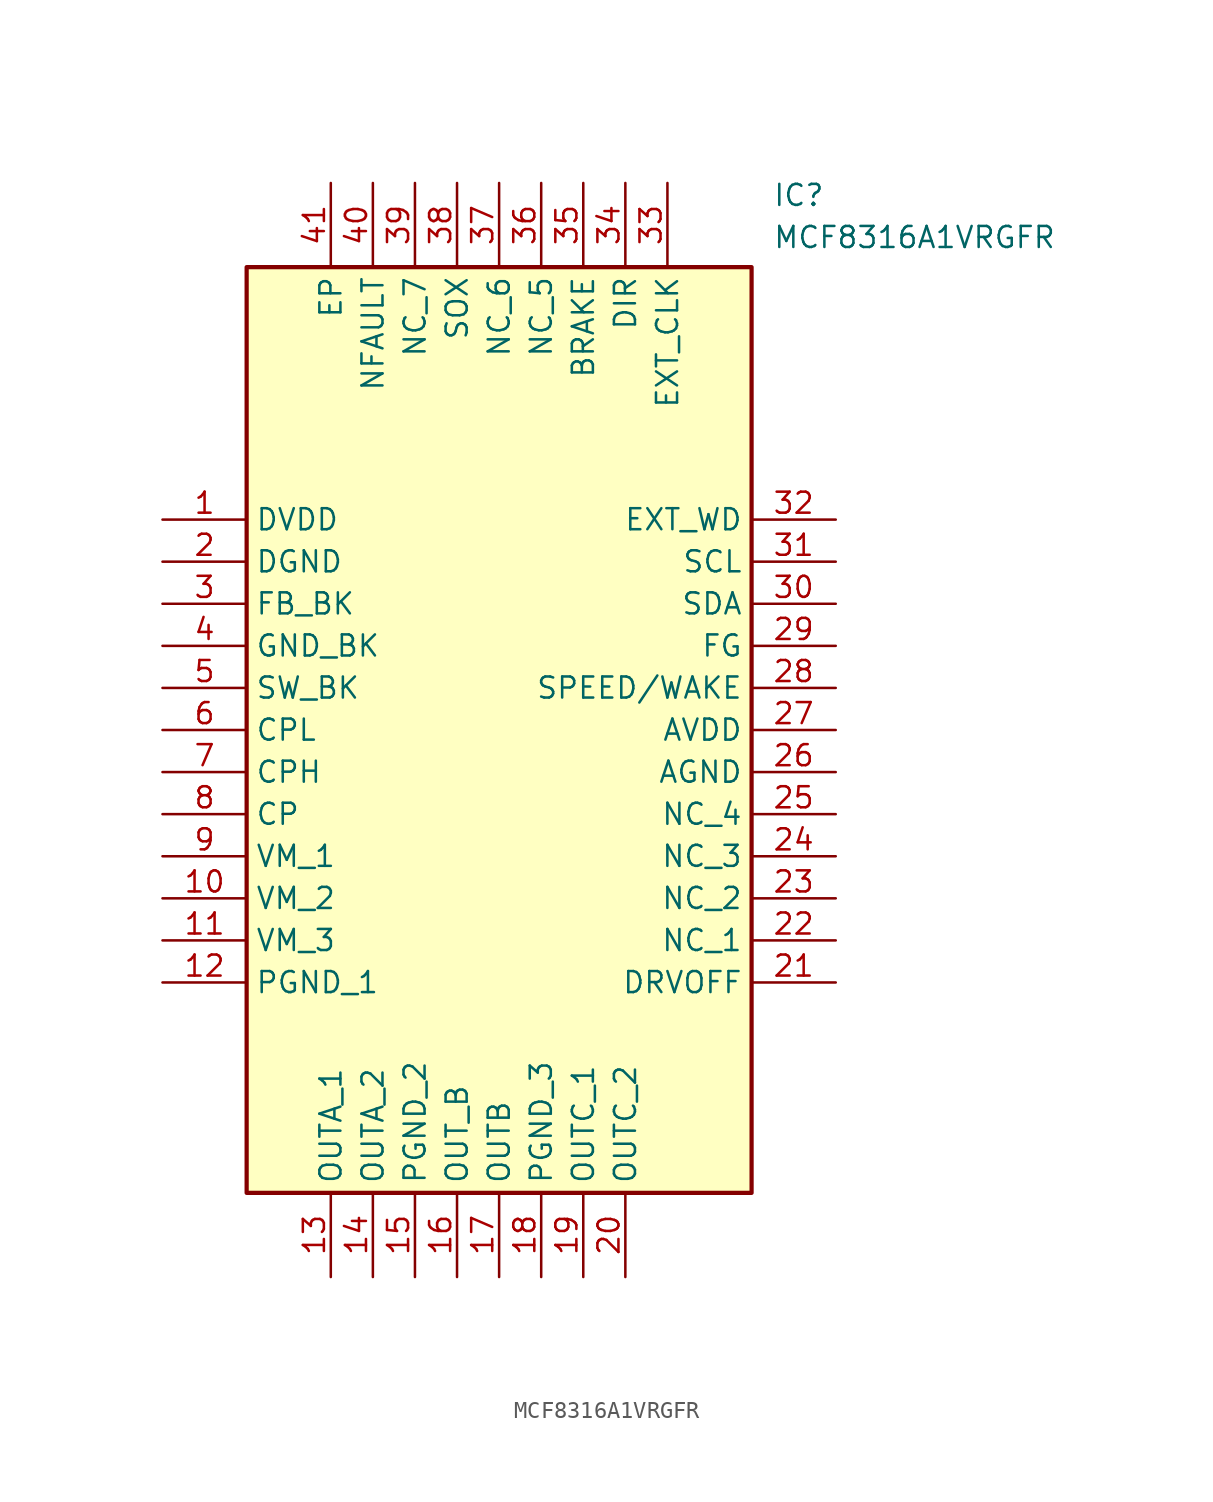
<source format=kicad_sym>
(kicad_symbol_lib
  (version 20211014)
  (generator SamacSys_ECAD_Model)
  (symbol "MCF8316A1VRGFR"
    (property "Reference" "IC"
      (at 36.83 20.32 0)
      (effects (font (size 1.27 1.27)) (justify left top)))
    (property "Value" "MCF8316A1VRGFR"
      (at 36.83 17.78 0)
      (effects (font (size 1.27 1.27)) (justify left top)))
    (rectangle
      (start 5.08 15.24)
      (end 35.56 -40.64)
      (stroke (width 0.254) (type default))
      (fill (type background)))
    (pin passive line
      (at 0 0 0)
      (length 5.08)
      (name "DVDD" (effects (font (size 1.27 1.27))))
      (number "1" (effects (font (size 1.27 1.27)))))
    (pin passive line
      (at 0 -2.54 0)
      (length 5.08)
      (name "DGND" (effects (font (size 1.27 1.27))))
      (number "2" (effects (font (size 1.27 1.27)))))
    (pin passive line
      (at 0 -5.08 0)
      (length 5.08)
      (name "FB_BK" (effects (font (size 1.27 1.27))))
      (number "3" (effects (font (size 1.27 1.27)))))
    (pin passive line
      (at 0 -7.62 0)
      (length 5.08)
      (name "GND_BK" (effects (font (size 1.27 1.27))))
      (number "4" (effects (font (size 1.27 1.27)))))
    (pin passive line
      (at 0 -10.16 0)
      (length 5.08)
      (name "SW_BK" (effects (font (size 1.27 1.27))))
      (number "5" (effects (font (size 1.27 1.27)))))
    (pin passive line
      (at 0 -12.7 0)
      (length 5.08)
      (name "CPL" (effects (font (size 1.27 1.27))))
      (number "6" (effects (font (size 1.27 1.27)))))
    (pin passive line
      (at 0 -15.24 0)
      (length 5.08)
      (name "CPH" (effects (font (size 1.27 1.27))))
      (number "7" (effects (font (size 1.27 1.27)))))
    (pin passive line
      (at 0 -17.78 0)
      (length 5.08)
      (name "CP" (effects (font (size 1.27 1.27))))
      (number "8" (effects (font (size 1.27 1.27)))))
    (pin passive line
      (at 0 -20.32 0)
      (length 5.08)
      (name "VM_1" (effects (font (size 1.27 1.27))))
      (number "9" (effects (font (size 1.27 1.27)))))
    (pin passive line
      (at 0 -22.86 0)
      (length 5.08)
      (name "VM_2" (effects (font (size 1.27 1.27))))
      (number "10" (effects (font (size 1.27 1.27)))))
    (pin passive line
      (at 0 -25.4 0)
      (length 5.08)
      (name "VM_3" (effects (font (size 1.27 1.27))))
      (number "11" (effects (font (size 1.27 1.27)))))
    (pin passive line
      (at 0 -27.94 0)
      (length 5.08)
      (name "PGND_1" (effects (font (size 1.27 1.27))))
      (number "12" (effects (font (size 1.27 1.27)))))
    (pin passive line
      (at 10.16 -45.72 90)
      (length 5.08)
      (name "OUTA_1" (effects (font (size 1.27 1.27))))
      (number "13" (effects (font (size 1.27 1.27)))))
    (pin passive line
      (at 12.7 -45.72 90)
      (length 5.08)
      (name "OUTA_2" (effects (font (size 1.27 1.27))))
      (number "14" (effects (font (size 1.27 1.27)))))
    (pin passive line
      (at 15.24 -45.72 90)
      (length 5.08)
      (name "PGND_2" (effects (font (size 1.27 1.27))))
      (number "15" (effects (font (size 1.27 1.27)))))
    (pin passive line
      (at 17.78 -45.72 90)
      (length 5.08)
      (name "OUT_B" (effects (font (size 1.27 1.27))))
      (number "16" (effects (font (size 1.27 1.27)))))
    (pin passive line
      (at 20.32 -45.72 90)
      (length 5.08)
      (name "OUTB" (effects (font (size 1.27 1.27))))
      (number "17" (effects (font (size 1.27 1.27)))))
    (pin passive line
      (at 22.86 -45.72 90)
      (length 5.08)
      (name "PGND_3" (effects (font (size 1.27 1.27))))
      (number "18" (effects (font (size 1.27 1.27)))))
    (pin passive line
      (at 25.4 -45.72 90)
      (length 5.08)
      (name "OUTC_1" (effects (font (size 1.27 1.27))))
      (number "19" (effects (font (size 1.27 1.27)))))
    (pin passive line
      (at 27.94 -45.72 90)
      (length 5.08)
      (name "OUTC_2" (effects (font (size 1.27 1.27))))
      (number "20" (effects (font (size 1.27 1.27)))))
    (pin passive line
      (at 40.64 0 180)
      (length 5.08)
      (name "EXT_WD" (effects (font (size 1.27 1.27))))
      (number "32" (effects (font (size 1.27 1.27)))))
    (pin passive line
      (at 40.64 -2.54 180)
      (length 5.08)
      (name "SCL" (effects (font (size 1.27 1.27))))
      (number "31" (effects (font (size 1.27 1.27)))))
    (pin passive line
      (at 40.64 -5.08 180)
      (length 5.08)
      (name "SDA" (effects (font (size 1.27 1.27))))
      (number "30" (effects (font (size 1.27 1.27)))))
    (pin passive line
      (at 40.64 -7.62 180)
      (length 5.08)
      (name "FG" (effects (font (size 1.27 1.27))))
      (number "29" (effects (font (size 1.27 1.27)))))
    (pin passive line
      (at 40.64 -10.16 180)
      (length 5.08)
      (name "SPEED/WAKE" (effects (font (size 1.27 1.27))))
      (number "28" (effects (font (size 1.27 1.27)))))
    (pin passive line
      (at 40.64 -12.7 180)
      (length 5.08)
      (name "AVDD" (effects (font (size 1.27 1.27))))
      (number "27" (effects (font (size 1.27 1.27)))))
    (pin passive line
      (at 40.64 -15.24 180)
      (length 5.08)
      (name "AGND" (effects (font (size 1.27 1.27))))
      (number "26" (effects (font (size 1.27 1.27)))))
    (pin passive line
      (at 40.64 -17.78 180)
      (length 5.08)
      (name "NC_4" (effects (font (size 1.27 1.27))))
      (number "25" (effects (font (size 1.27 1.27)))))
    (pin passive line
      (at 40.64 -20.32 180)
      (length 5.08)
      (name "NC_3" (effects (font (size 1.27 1.27))))
      (number "24" (effects (font (size 1.27 1.27)))))
    (pin passive line
      (at 40.64 -22.86 180)
      (length 5.08)
      (name "NC_2" (effects (font (size 1.27 1.27))))
      (number "23" (effects (font (size 1.27 1.27)))))
    (pin passive line
      (at 40.64 -25.4 180)
      (length 5.08)
      (name "NC_1" (effects (font (size 1.27 1.27))))
      (number "22" (effects (font (size 1.27 1.27)))))
    (pin passive line
      (at 40.64 -27.94 180)
      (length 5.08)
      (name "DRVOFF" (effects (font (size 1.27 1.27))))
      (number "21" (effects (font (size 1.27 1.27)))))
    (pin passive line
      (at 10.16 20.32 270)
      (length 5.08)
      (name "EP" (effects (font (size 1.27 1.27))))
      (number "41" (effects (font (size 1.27 1.27)))))
    (pin passive line
      (at 12.7 20.32 270)
      (length 5.08)
      (name "NFAULT" (effects (font (size 1.27 1.27))))
      (number "40" (effects (font (size 1.27 1.27)))))
    (pin passive line
      (at 15.24 20.32 270)
      (length 5.08)
      (name "NC_7" (effects (font (size 1.27 1.27))))
      (number "39" (effects (font (size 1.27 1.27)))))
    (pin passive line
      (at 17.78 20.32 270)
      (length 5.08)
      (name "SOX" (effects (font (size 1.27 1.27))))
      (number "38" (effects (font (size 1.27 1.27)))))
    (pin passive line
      (at 20.32 20.32 270)
      (length 5.08)
      (name "NC_6" (effects (font (size 1.27 1.27))))
      (number "37" (effects (font (size 1.27 1.27)))))
    (pin passive line
      (at 22.86 20.32 270)
      (length 5.08)
      (name "NC_5" (effects (font (size 1.27 1.27))))
      (number "36" (effects (font (size 1.27 1.27)))))
    (pin passive line
      (at 25.4 20.32 270)
      (length 5.08)
      (name "BRAKE" (effects (font (size 1.27 1.27))))
      (number "35" (effects (font (size 1.27 1.27)))))
    (pin passive line
      (at 27.94 20.32 270)
      (length 5.08)
      (name "DIR" (effects (font (size 1.27 1.27))))
      (number "34" (effects (font (size 1.27 1.27)))))
    (pin passive line
      (at 30.48 20.32 270)
      (length 5.08)
      (name "EXT_CLK" (effects (font (size 1.27 1.27))))
      (number "33" (effects (font (size 1.27 1.27)))))))
</source>
